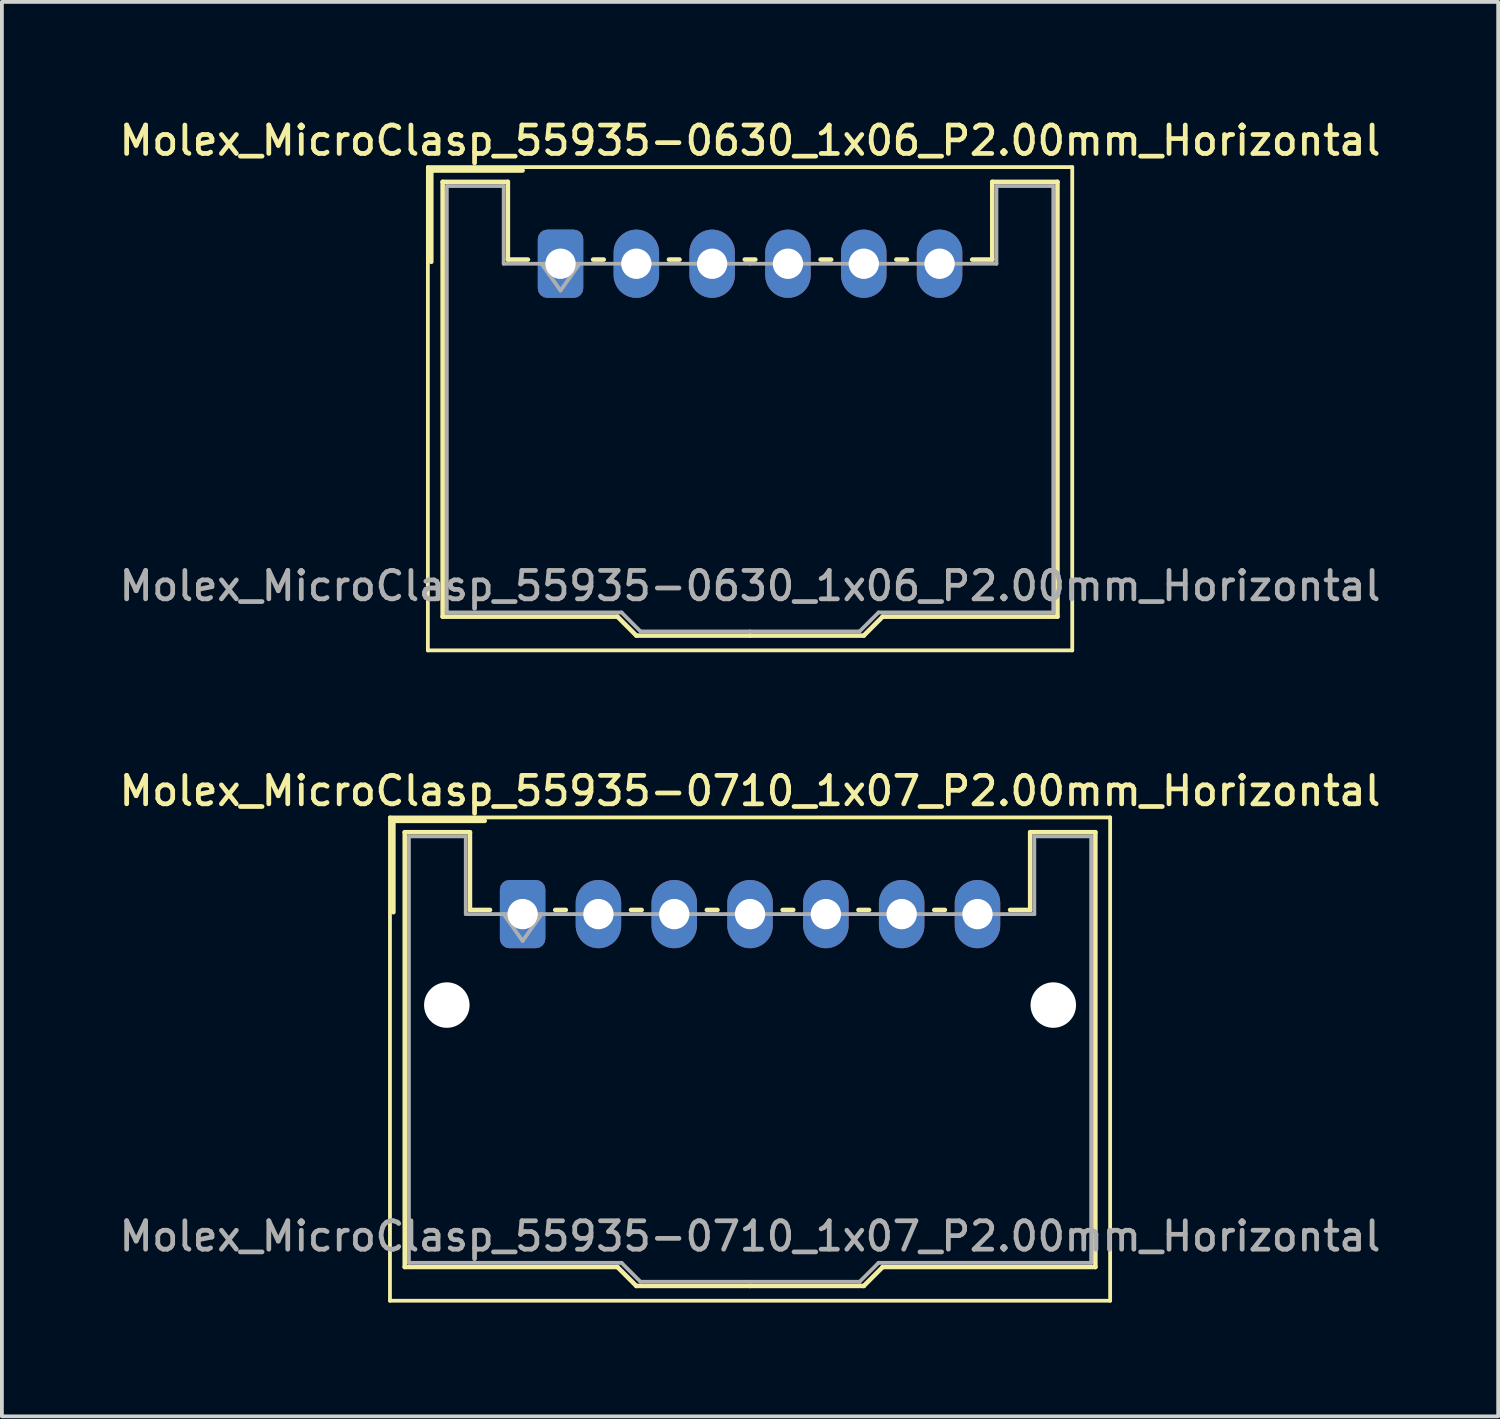
<source format=kicad_pcb>
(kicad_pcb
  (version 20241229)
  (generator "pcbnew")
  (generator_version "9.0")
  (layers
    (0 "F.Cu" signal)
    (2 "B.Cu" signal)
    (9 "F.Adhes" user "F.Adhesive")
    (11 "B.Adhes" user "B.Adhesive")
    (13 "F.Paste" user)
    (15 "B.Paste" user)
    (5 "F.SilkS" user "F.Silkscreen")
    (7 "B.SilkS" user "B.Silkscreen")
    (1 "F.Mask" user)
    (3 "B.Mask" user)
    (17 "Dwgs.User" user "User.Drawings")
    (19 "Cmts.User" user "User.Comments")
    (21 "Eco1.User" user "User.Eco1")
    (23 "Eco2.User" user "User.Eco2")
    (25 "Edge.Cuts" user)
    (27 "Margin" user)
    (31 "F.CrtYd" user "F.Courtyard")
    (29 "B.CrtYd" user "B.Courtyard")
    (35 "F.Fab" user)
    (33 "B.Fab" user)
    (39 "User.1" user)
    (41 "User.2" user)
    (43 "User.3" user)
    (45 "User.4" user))
  (footprint "Molex_MicroClasp_55935-0710_1x07_P2.00mm_Horizontal"
    (layer "F.Cu")
    (at 10.738 21.066)
    (property "Reference" "Molex_MicroClasp_55935-0710_1x07_P2.00mm_Horizontal" (at 6 -3.25 0) (layer "F.SilkS") (effects (font (size 0.75 0.75) (thickness 0.125))))
    (attr through_hole)
    (fp_line (start -3.5 -2.55) (end -3.5 10.2) (stroke (width 0.1) (type solid)) (layer "F.SilkS"))
    (fp_line (start -3.5 10.2) (end 15.5 10.2) (stroke (width 0.1) (type solid)) (layer "F.SilkS"))
    (fp_line (start -3.41 -2.46) (end -1 -2.46) (stroke (width 0.12) (type solid)) (layer "F.SilkS"))
    (fp_line (start -3.41 -0.05) (end -3.41 -2.46) (stroke (width 0.12) (type solid)) (layer "F.SilkS"))
    (fp_line (start -3.11 -2.16) (end -1.39 -2.16) (stroke (width 0.12) (type solid)) (layer "F.SilkS"))
    (fp_line (start -3.11 9.31) (end -3.11 -2.16) (stroke (width 0.12) (type solid)) (layer "F.SilkS"))
    (fp_line (start -1.39 -2.16) (end -1.39 -0.11) (stroke (width 0.12) (type solid)) (layer "F.SilkS"))
    (fp_line (start -1.39 -0.11) (end -0.86 -0.11) (stroke (width 0.12) (type solid)) (layer "F.SilkS"))
    (fp_line (start 0.86 -0.11) (end 1.14 -0.11) (stroke (width 0.12) (type solid)) (layer "F.SilkS"))
    (fp_line (start 2.5 9.31) (end -3.11 9.31) (stroke (width 0.12) (type solid)) (layer "F.SilkS"))
    (fp_line (start 2.86 -0.11) (end 3.14 -0.11) (stroke (width 0.12) (type solid)) (layer "F.SilkS"))
    (fp_line (start 3 9.81) (end 2.5 9.31) (stroke (width 0.12) (type solid)) (layer "F.SilkS"))
    (fp_line (start 4.86 -0.11) (end 5.14 -0.11) (stroke (width 0.12) (type solid)) (layer "F.SilkS"))
    (fp_line (start 6 9.81) (end 3 9.81) (stroke (width 0.12) (type solid)) (layer "F.SilkS"))
    (fp_line (start 6 9.81) (end 9 9.81) (stroke (width 0.12) (type solid)) (layer "F.SilkS"))
    (fp_line (start 6.86 -0.11) (end 7.14 -0.11) (stroke (width 0.12) (type solid)) (layer "F.SilkS"))
    (fp_line (start 8.86 -0.11) (end 9.14 -0.11) (stroke (width 0.12) (type solid)) (layer "F.SilkS"))
    (fp_line (start 9 9.81) (end 9.5 9.31) (stroke (width 0.12) (type solid)) (layer "F.SilkS"))
    (fp_line (start 9.5 9.31) (end 15.11 9.31) (stroke (width 0.12) (type solid)) (layer "F.SilkS"))
    (fp_line (start 10.86 -0.11) (end 11.14 -0.11) (stroke (width 0.12) (type solid)) (layer "F.SilkS"))
    (fp_line (start 13.39 -2.16) (end 13.39 -0.11) (stroke (width 0.12) (type solid)) (layer "F.SilkS"))
    (fp_line (start 13.39 -0.11) (end 12.86 -0.11) (stroke (width 0.12) (type solid)) (layer "F.SilkS"))
    (fp_line (start 15.11 -2.16) (end 13.39 -2.16) (stroke (width 0.12) (type solid)) (layer "F.SilkS"))
    (fp_line (start 15.11 9.31) (end 15.11 -2.16) (stroke (width 0.12) (type solid)) (layer "F.SilkS"))
    (fp_line (start 15.5 -2.55) (end -3.5 -2.55) (stroke (width 0.1) (type solid)) (layer "F.SilkS"))
    (fp_line (start 15.5 10.2) (end 15.5 -2.55) (stroke (width 0.1) (type solid)) (layer "F.SilkS"))
    (fp_line (start -3 -2.05) (end -1.5 -2.05) (stroke (width 0.1) (type solid)) (layer "F.Fab"))
    (fp_line (start -3 9.2) (end -3 -2.05) (stroke (width 0.1) (type solid)) (layer "F.Fab"))
    (fp_line (start -1.5 -2.05) (end -1.5 0) (stroke (width 0.1) (type solid)) (layer "F.Fab"))
    (fp_line (start -1.5 0) (end 6 0) (stroke (width 0.1) (type solid)) (layer "F.Fab"))
    (fp_line (start -0.5 0) (end 0 0.707) (stroke (width 0.1) (type solid)) (layer "F.Fab"))
    (fp_line (start 0 0.707) (end 0.5 0) (stroke (width 0.1) (type solid)) (layer "F.Fab"))
    (fp_line (start 2.61 9.2) (end -3 9.2) (stroke (width 0.1) (type solid)) (layer "F.Fab"))
    (fp_line (start 3.11 9.7) (end 2.61 9.2) (stroke (width 0.1) (type solid)) (layer "F.Fab"))
    (fp_line (start 6 9.7) (end 3.11 9.7) (stroke (width 0.1) (type solid)) (layer "F.Fab"))
    (fp_line (start 6 9.7) (end 8.89 9.7) (stroke (width 0.1) (type solid)) (layer "F.Fab"))
    (fp_line (start 8.89 9.7) (end 9.39 9.2) (stroke (width 0.1) (type solid)) (layer "F.Fab"))
    (fp_line (start 9.39 9.2) (end 15 9.2) (stroke (width 0.1) (type solid)) (layer "F.Fab"))
    (fp_line (start 13.5 -2.05) (end 13.5 0) (stroke (width 0.1) (type solid)) (layer "F.Fab"))
    (fp_line (start 13.5 0) (end 6 0) (stroke (width 0.1) (type solid)) (layer "F.Fab"))
    (fp_line (start 15 -2.05) (end 13.5 -2.05) (stroke (width 0.1) (type solid)) (layer "F.Fab"))
    (fp_line (start 15 9.2) (end 15 -2.05) (stroke (width 0.1) (type solid)) (layer "F.Fab"))
    (fp_text user "${REFERENCE}" (at 6 8.5 0) (layer "F.Fab") (effects (font (size 0.75 0.75) (thickness 0.125))))
    (pad "" np_thru_hole circle (at -2 2.4) (size 1.2 1.2) (drill 1.2) (layers "*.Cu" "*.Mask"))
    (pad "" np_thru_hole circle (at 14 2.4) (size 1.2 1.2) (drill 1.2) (layers "*.Cu" "*.Mask"))
    (pad "1" thru_hole roundrect (at 0 0) (size 1.2 1.8) (drill 0.8) (layers "*.Cu" "*.Mask") (roundrect_rratio 0.208))
    (pad "2" thru_hole oval (at 2 0) (size 1.2 1.8) (drill 0.8) (layers "*.Cu" "*.Mask"))
    (pad "3" thru_hole oval (at 4 0) (size 1.2 1.8) (drill 0.8) (layers "*.Cu" "*.Mask"))
    (pad "4" thru_hole oval (at 6 0) (size 1.2 1.8) (drill 0.8) (layers "*.Cu" "*.Mask"))
    (pad "5" thru_hole oval (at 8 0) (size 1.2 1.8) (drill 0.8) (layers "*.Cu" "*.Mask"))
    (pad "6" thru_hole oval (at 10 0) (size 1.2 1.8) (drill 0.8) (layers "*.Cu" "*.Mask"))
    (pad "7" thru_hole oval (at 12 0) (size 1.2 1.8) (drill 0.8) (layers "*.Cu" "*.Mask")))
  (footprint "Molex_MicroClasp_55935-0630_1x06_P2.00mm_Horizontal"
    (layer "F.Cu")
    (at 11.738 3.908)
    (property "Reference" "Molex_MicroClasp_55935-0630_1x06_P2.00mm_Horizontal" (at 5 -3.25 0) (layer "F.SilkS") (effects (font (size 0.75 0.75) (thickness 0.125))))
    (attr through_hole)
    (fp_line (start -3.5 -2.55) (end -3.5 10.2) (stroke (width 0.1) (type solid)) (layer "F.SilkS"))
    (fp_line (start -3.5 10.2) (end 13.5 10.2) (stroke (width 0.1) (type solid)) (layer "F.SilkS"))
    (fp_line (start -3.41 -2.46) (end -1 -2.46) (stroke (width 0.12) (type solid)) (layer "F.SilkS"))
    (fp_line (start -3.41 -0.05) (end -3.41 -2.46) (stroke (width 0.12) (type solid)) (layer "F.SilkS"))
    (fp_line (start -3.11 -2.16) (end -1.39 -2.16) (stroke (width 0.12) (type solid)) (layer "F.SilkS"))
    (fp_line (start -3.11 9.31) (end -3.11 -2.16) (stroke (width 0.12) (type solid)) (layer "F.SilkS"))
    (fp_line (start -1.39 -2.16) (end -1.39 -0.11) (stroke (width 0.12) (type solid)) (layer "F.SilkS"))
    (fp_line (start -1.39 -0.11) (end -0.86 -0.11) (stroke (width 0.12) (type solid)) (layer "F.SilkS"))
    (fp_line (start 0.86 -0.11) (end 1.14 -0.11) (stroke (width 0.12) (type solid)) (layer "F.SilkS"))
    (fp_line (start 1.5 9.31) (end -3.11 9.31) (stroke (width 0.12) (type solid)) (layer "F.SilkS"))
    (fp_line (start 2 9.81) (end 1.5 9.31) (stroke (width 0.12) (type solid)) (layer "F.SilkS"))
    (fp_line (start 2.86 -0.11) (end 3.14 -0.11) (stroke (width 0.12) (type solid)) (layer "F.SilkS"))
    (fp_line (start 4.86 -0.11) (end 5.14 -0.11) (stroke (width 0.12) (type solid)) (layer "F.SilkS"))
    (fp_line (start 5 9.81) (end 2 9.81) (stroke (width 0.12) (type solid)) (layer "F.SilkS"))
    (fp_line (start 5 9.81) (end 8 9.81) (stroke (width 0.12) (type solid)) (layer "F.SilkS"))
    (fp_line (start 6.86 -0.11) (end 7.14 -0.11) (stroke (width 0.12) (type solid)) (layer "F.SilkS"))
    (fp_line (start 8 9.81) (end 8.5 9.31) (stroke (width 0.12) (type solid)) (layer "F.SilkS"))
    (fp_line (start 8.5 9.31) (end 13.11 9.31) (stroke (width 0.12) (type solid)) (layer "F.SilkS"))
    (fp_line (start 8.86 -0.11) (end 9.14 -0.11) (stroke (width 0.12) (type solid)) (layer "F.SilkS"))
    (fp_line (start 11.39 -2.16) (end 11.39 -0.11) (stroke (width 0.12) (type solid)) (layer "F.SilkS"))
    (fp_line (start 11.39 -0.11) (end 10.86 -0.11) (stroke (width 0.12) (type solid)) (layer "F.SilkS"))
    (fp_line (start 13.11 -2.16) (end 11.39 -2.16) (stroke (width 0.12) (type solid)) (layer "F.SilkS"))
    (fp_line (start 13.11 9.31) (end 13.11 -2.16) (stroke (width 0.12) (type solid)) (layer "F.SilkS"))
    (fp_line (start 13.5 -2.55) (end -3.5 -2.55) (stroke (width 0.1) (type solid)) (layer "F.SilkS"))
    (fp_line (start 13.5 10.2) (end 13.5 -2.55) (stroke (width 0.1) (type solid)) (layer "F.SilkS"))
    (fp_line (start -3 -2.05) (end -1.5 -2.05) (stroke (width 0.1) (type solid)) (layer "F.Fab"))
    (fp_line (start -3 9.2) (end -3 -2.05) (stroke (width 0.1) (type solid)) (layer "F.Fab"))
    (fp_line (start -1.5 -2.05) (end -1.5 0) (stroke (width 0.1) (type solid)) (layer "F.Fab"))
    (fp_line (start -1.5 0) (end 5 0) (stroke (width 0.1) (type solid)) (layer "F.Fab"))
    (fp_line (start -0.5 0) (end 0 0.707) (stroke (width 0.1) (type solid)) (layer "F.Fab"))
    (fp_line (start 0 0.707) (end 0.5 0) (stroke (width 0.1) (type solid)) (layer "F.Fab"))
    (fp_line (start 1.61 9.2) (end -3 9.2) (stroke (width 0.1) (type solid)) (layer "F.Fab"))
    (fp_line (start 2.11 9.7) (end 1.61 9.2) (stroke (width 0.1) (type solid)) (layer "F.Fab"))
    (fp_line (start 5 9.7) (end 2.11 9.7) (stroke (width 0.1) (type solid)) (layer "F.Fab"))
    (fp_line (start 5 9.7) (end 7.89 9.7) (stroke (width 0.1) (type solid)) (layer "F.Fab"))
    (fp_line (start 7.89 9.7) (end 8.39 9.2) (stroke (width 0.1) (type solid)) (layer "F.Fab"))
    (fp_line (start 8.39 9.2) (end 13 9.2) (stroke (width 0.1) (type solid)) (layer "F.Fab"))
    (fp_line (start 11.5 -2.05) (end 11.5 0) (stroke (width 0.1) (type solid)) (layer "F.Fab"))
    (fp_line (start 11.5 0) (end 5 0) (stroke (width 0.1) (type solid)) (layer "F.Fab"))
    (fp_line (start 13 -2.05) (end 11.5 -2.05) (stroke (width 0.1) (type solid)) (layer "F.Fab"))
    (fp_line (start 13 9.2) (end 13 -2.05) (stroke (width 0.1) (type solid)) (layer "F.Fab"))
    (fp_text user "${REFERENCE}" (at 5 8.5 0) (layer "F.Fab") (effects (font (size 0.75 0.75) (thickness 0.125))))
    (pad "1" thru_hole roundrect (at 0 0) (size 1.2 1.8) (drill 0.8) (layers "*.Cu" "*.Mask") (roundrect_rratio 0.208))
    (pad "2" thru_hole oval (at 2 0) (size 1.2 1.8) (drill 0.8) (layers "*.Cu" "*.Mask"))
    (pad "3" thru_hole oval (at 4 0) (size 1.2 1.8) (drill 0.8) (layers "*.Cu" "*.Mask"))
    (pad "4" thru_hole oval (at 6 0) (size 1.2 1.8) (drill 0.8) (layers "*.Cu" "*.Mask"))
    (pad "5" thru_hole oval (at 8 0) (size 1.2 1.8) (drill 0.8) (layers "*.Cu" "*.Mask"))
    (pad "6" thru_hole oval (at 10 0) (size 1.2 1.8) (drill 0.8) (layers "*.Cu" "*.Mask")))
  (gr_rect
    (start -3 -3)
    (end 36.475 34.316)
    (stroke (width 0.1) (type default))
    (fill no)
    (layer "Edge.Cuts")))
</source>
